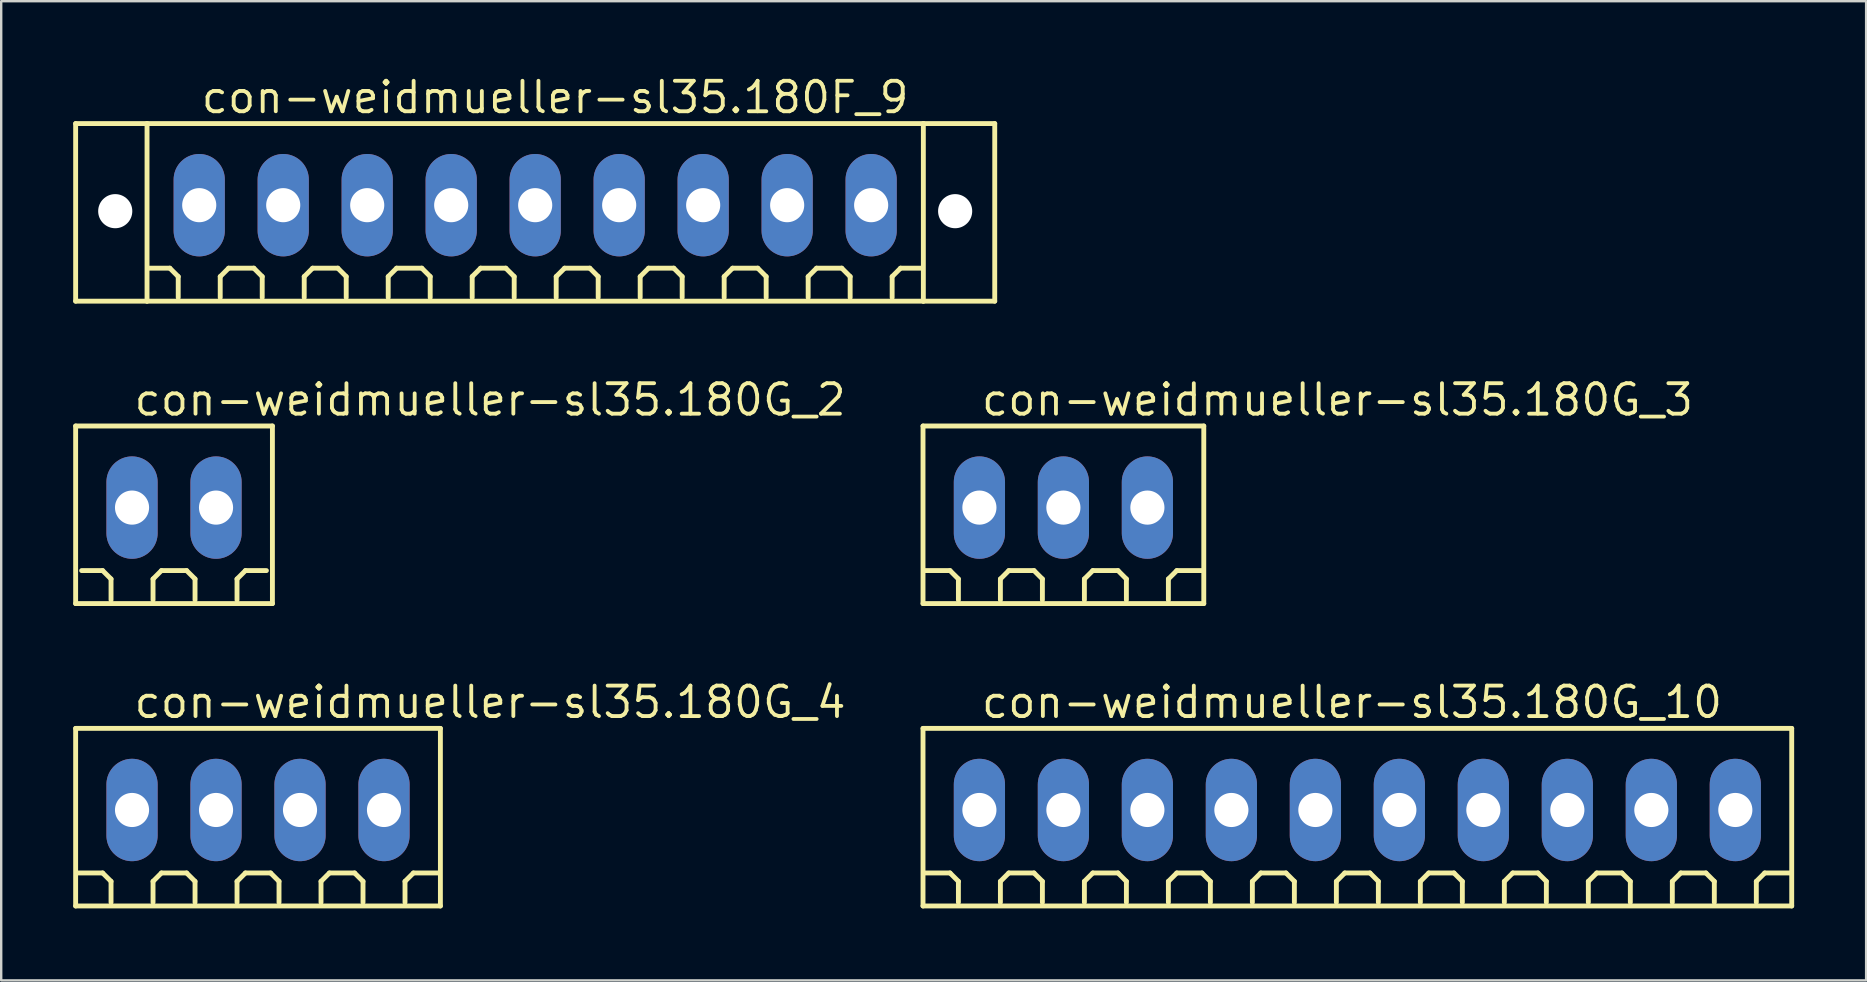
<source format=kicad_pcb>
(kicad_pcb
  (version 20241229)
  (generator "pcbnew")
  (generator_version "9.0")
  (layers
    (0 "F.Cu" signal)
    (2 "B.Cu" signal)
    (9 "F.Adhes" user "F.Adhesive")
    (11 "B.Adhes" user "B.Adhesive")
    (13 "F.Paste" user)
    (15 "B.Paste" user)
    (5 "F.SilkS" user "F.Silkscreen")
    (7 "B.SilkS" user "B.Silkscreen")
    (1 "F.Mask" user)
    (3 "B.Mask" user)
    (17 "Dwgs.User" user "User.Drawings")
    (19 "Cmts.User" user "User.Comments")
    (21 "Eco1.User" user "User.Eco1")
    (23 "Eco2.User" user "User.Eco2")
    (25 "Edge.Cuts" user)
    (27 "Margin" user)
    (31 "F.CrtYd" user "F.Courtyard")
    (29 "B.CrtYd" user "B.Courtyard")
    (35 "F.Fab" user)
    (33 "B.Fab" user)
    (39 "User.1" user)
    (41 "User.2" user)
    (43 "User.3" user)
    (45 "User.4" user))
  (footprint "con-weidmueller-sl35.180G_2"
    (layer "F.Cu")
    (at 4.202 18.102)
    (property "Reference" "con-weidmueller-sl35.180G_2" (at -1.75 -3.75 0) (layer "F.SilkS") (effects (font (size 1.27 1.27) (thickness 0.16)) (justify left bottom)))
    (attr through_hole)
    (fp_line (start -4.1 -3.4) (end 4.1 -3.4) (stroke (width 0.203) (type default)) (layer "F.SilkS"))
    (fp_line (start -4.1 4) (end -4.1 -3.4) (stroke (width 0.203) (type default)) (layer "F.SilkS"))
    (fp_line (start -2.975 2.625) (end -3.85 2.625) (stroke (width 0.203) (type default)) (layer "F.SilkS"))
    (fp_line (start -2.625 2.975) (end -2.975 2.625) (stroke (width 0.203) (type default)) (layer "F.SilkS"))
    (fp_line (start -2.625 3.85) (end -2.625 2.975) (stroke (width 0.203) (type default)) (layer "F.SilkS"))
    (fp_line (start -0.875 2.975) (end -0.525 2.625) (stroke (width 0.203) (type default)) (layer "F.SilkS"))
    (fp_line (start -0.875 3.85) (end -0.875 2.975) (stroke (width 0.203) (type default)) (layer "F.SilkS"))
    (fp_line (start -0.525 2.625) (end 0.525 2.625) (stroke (width 0.203) (type default)) (layer "F.SilkS"))
    (fp_line (start 0.525 2.625) (end 0.875 2.975) (stroke (width 0.203) (type default)) (layer "F.SilkS"))
    (fp_line (start 0.875 2.975) (end 0.875 3.85) (stroke (width 0.203) (type default)) (layer "F.SilkS"))
    (fp_line (start 2.625 2.975) (end 2.975 2.625) (stroke (width 0.203) (type default)) (layer "F.SilkS"))
    (fp_line (start 2.625 3.85) (end 2.625 2.975) (stroke (width 0.203) (type default)) (layer "F.SilkS"))
    (fp_line (start 2.975 2.625) (end 3.85 2.625) (stroke (width 0.203) (type default)) (layer "F.SilkS"))
    (fp_line (start 4.1 -3.4) (end 4.1 4) (stroke (width 0.203) (type default)) (layer "F.SilkS"))
    (fp_line (start 4.1 4) (end -4.1 4) (stroke (width 0.203) (type default)) (layer "F.SilkS"))
    (pad "1" thru_hole oval (at -1.75 0 90) (size 4.267 2.134) (drill 1.422) (layers "*.Cu" "*.Mask"))
    (pad "2" thru_hole oval (at 1.75 0 90) (size 4.267 2.134) (drill 1.422) (layers "*.Cu" "*.Mask")))
  (footprint "con-weidmueller-sl35.180G_4"
    (layer "F.Cu")
    (at 7.702 30.703)
    (property "Reference" "con-weidmueller-sl35.180G_4" (at -5.25 -3.75 0) (layer "F.SilkS") (effects (font (size 1.27 1.27) (thickness 0.16)) (justify left bottom)))
    (attr through_hole)
    (fp_line (start -7.6 -3.4) (end 7.6 -3.4) (stroke (width 0.203) (type default)) (layer "F.SilkS"))
    (fp_line (start -7.6 4) (end -7.6 -3.4) (stroke (width 0.203) (type default)) (layer "F.SilkS"))
    (fp_line (start -6.475 2.625) (end -7.525 2.625) (stroke (width 0.203) (type default)) (layer "F.SilkS"))
    (fp_line (start -6.125 2.975) (end -6.475 2.625) (stroke (width 0.203) (type default)) (layer "F.SilkS"))
    (fp_line (start -6.125 3.85) (end -6.125 2.975) (stroke (width 0.203) (type default)) (layer "F.SilkS"))
    (fp_line (start -4.375 2.975) (end -4.025 2.625) (stroke (width 0.203) (type default)) (layer "F.SilkS"))
    (fp_line (start -4.375 3.85) (end -4.375 2.975) (stroke (width 0.203) (type default)) (layer "F.SilkS"))
    (fp_line (start -4.025 2.625) (end -2.975 2.625) (stroke (width 0.203) (type default)) (layer "F.SilkS"))
    (fp_line (start -2.975 2.625) (end -2.625 2.975) (stroke (width 0.203) (type default)) (layer "F.SilkS"))
    (fp_line (start -2.625 2.975) (end -2.625 3.85) (stroke (width 0.203) (type default)) (layer "F.SilkS"))
    (fp_line (start -0.875 2.975) (end -0.525 2.625) (stroke (width 0.203) (type default)) (layer "F.SilkS"))
    (fp_line (start -0.875 3.85) (end -0.875 2.975) (stroke (width 0.203) (type default)) (layer "F.SilkS"))
    (fp_line (start -0.525 2.625) (end 0.525 2.625) (stroke (width 0.203) (type default)) (layer "F.SilkS"))
    (fp_line (start 0.525 2.625) (end 0.875 2.975) (stroke (width 0.203) (type default)) (layer "F.SilkS"))
    (fp_line (start 0.875 2.975) (end 0.875 3.85) (stroke (width 0.203) (type default)) (layer "F.SilkS"))
    (fp_line (start 2.625 2.975) (end 2.975 2.625) (stroke (width 0.203) (type default)) (layer "F.SilkS"))
    (fp_line (start 2.625 3.85) (end 2.625 2.975) (stroke (width 0.203) (type default)) (layer "F.SilkS"))
    (fp_line (start 2.975 2.625) (end 4.025 2.625) (stroke (width 0.203) (type default)) (layer "F.SilkS"))
    (fp_line (start 4.025 2.625) (end 4.375 2.975) (stroke (width 0.203) (type default)) (layer "F.SilkS"))
    (fp_line (start 4.375 2.975) (end 4.375 3.85) (stroke (width 0.203) (type default)) (layer "F.SilkS"))
    (fp_line (start 6.125 2.975) (end 6.475 2.625) (stroke (width 0.203) (type default)) (layer "F.SilkS"))
    (fp_line (start 6.125 3.85) (end 6.125 2.975) (stroke (width 0.203) (type default)) (layer "F.SilkS"))
    (fp_line (start 6.475 2.625) (end 7.525 2.625) (stroke (width 0.203) (type default)) (layer "F.SilkS"))
    (fp_line (start 7.6 -3.4) (end 7.6 4) (stroke (width 0.203) (type default)) (layer "F.SilkS"))
    (fp_line (start 7.6 4) (end -7.6 4) (stroke (width 0.203) (type default)) (layer "F.SilkS"))
    (pad "1" thru_hole oval (at -5.25 0 90) (size 4.267 2.134) (drill 1.422) (layers "*.Cu" "*.Mask"))
    (pad "2" thru_hole oval (at -1.75 0 90) (size 4.267 2.134) (drill 1.422) (layers "*.Cu" "*.Mask"))
    (pad "3" thru_hole oval (at 1.75 0 90) (size 4.267 2.134) (drill 1.422) (layers "*.Cu" "*.Mask"))
    (pad "4" thru_hole oval (at 5.25 0 90) (size 4.267 2.134) (drill 1.422) (layers "*.Cu" "*.Mask")))
  (footprint "con-weidmueller-sl35.180G_10"
    (layer "F.Cu")
    (at 53.513 30.703)
    (property "Reference" "con-weidmueller-sl35.180G_10" (at -15.75 -3.75 0) (layer "F.SilkS") (effects (font (size 1.27 1.27) (thickness 0.16)) (justify left bottom)))
    (attr through_hole)
    (fp_line (start -18.1 -3.4) (end 18.1 -3.4) (stroke (width 0.203) (type default)) (layer "F.SilkS"))
    (fp_line (start -18.1 4) (end -18.1 -3.4) (stroke (width 0.203) (type default)) (layer "F.SilkS"))
    (fp_line (start -16.975 2.625) (end -18.025 2.625) (stroke (width 0.203) (type default)) (layer "F.SilkS"))
    (fp_line (start -16.625 2.975) (end -16.975 2.625) (stroke (width 0.203) (type default)) (layer "F.SilkS"))
    (fp_line (start -16.625 3.85) (end -16.625 2.975) (stroke (width 0.203) (type default)) (layer "F.SilkS"))
    (fp_line (start -14.875 2.975) (end -14.525 2.625) (stroke (width 0.203) (type default)) (layer "F.SilkS"))
    (fp_line (start -14.875 3.85) (end -14.875 2.975) (stroke (width 0.203) (type default)) (layer "F.SilkS"))
    (fp_line (start -14.525 2.625) (end -13.475 2.625) (stroke (width 0.203) (type default)) (layer "F.SilkS"))
    (fp_line (start -13.475 2.625) (end -13.125 2.975) (stroke (width 0.203) (type default)) (layer "F.SilkS"))
    (fp_line (start -13.125 2.975) (end -13.125 3.85) (stroke (width 0.203) (type default)) (layer "F.SilkS"))
    (fp_line (start -11.375 2.975) (end -11.025 2.625) (stroke (width 0.203) (type default)) (layer "F.SilkS"))
    (fp_line (start -11.375 3.85) (end -11.375 2.975) (stroke (width 0.203) (type default)) (layer "F.SilkS"))
    (fp_line (start -11.025 2.625) (end -9.975 2.625) (stroke (width 0.203) (type default)) (layer "F.SilkS"))
    (fp_line (start -9.975 2.625) (end -9.625 2.975) (stroke (width 0.203) (type default)) (layer "F.SilkS"))
    (fp_line (start -9.625 2.975) (end -9.625 3.85) (stroke (width 0.203) (type default)) (layer "F.SilkS"))
    (fp_line (start -7.875 2.975) (end -7.525 2.625) (stroke (width 0.203) (type default)) (layer "F.SilkS"))
    (fp_line (start -7.875 3.85) (end -7.875 2.975) (stroke (width 0.203) (type default)) (layer "F.SilkS"))
    (fp_line (start -7.525 2.625) (end -6.475 2.625) (stroke (width 0.203) (type default)) (layer "F.SilkS"))
    (fp_line (start -6.475 2.625) (end -6.125 2.975) (stroke (width 0.203) (type default)) (layer "F.SilkS"))
    (fp_line (start -6.125 2.975) (end -6.125 3.85) (stroke (width 0.203) (type default)) (layer "F.SilkS"))
    (fp_line (start -4.375 2.975) (end -4.025 2.625) (stroke (width 0.203) (type default)) (layer "F.SilkS"))
    (fp_line (start -4.375 3.85) (end -4.375 2.975) (stroke (width 0.203) (type default)) (layer "F.SilkS"))
    (fp_line (start -4.025 2.625) (end -2.975 2.625) (stroke (width 0.203) (type default)) (layer "F.SilkS"))
    (fp_line (start -2.975 2.625) (end -2.625 2.975) (stroke (width 0.203) (type default)) (layer "F.SilkS"))
    (fp_line (start -2.625 2.975) (end -2.625 3.85) (stroke (width 0.203) (type default)) (layer "F.SilkS"))
    (fp_line (start -0.875 2.975) (end -0.525 2.625) (stroke (width 0.203) (type default)) (layer "F.SilkS"))
    (fp_line (start -0.875 3.85) (end -0.875 2.975) (stroke (width 0.203) (type default)) (layer "F.SilkS"))
    (fp_line (start -0.525 2.625) (end 0.525 2.625) (stroke (width 0.203) (type default)) (layer "F.SilkS"))
    (fp_line (start 0.525 2.625) (end 0.875 2.975) (stroke (width 0.203) (type default)) (layer "F.SilkS"))
    (fp_line (start 0.875 2.975) (end 0.875 3.85) (stroke (width 0.203) (type default)) (layer "F.SilkS"))
    (fp_line (start 2.625 2.975) (end 2.975 2.625) (stroke (width 0.203) (type default)) (layer "F.SilkS"))
    (fp_line (start 2.625 3.85) (end 2.625 2.975) (stroke (width 0.203) (type default)) (layer "F.SilkS"))
    (fp_line (start 2.975 2.625) (end 4.025 2.625) (stroke (width 0.203) (type default)) (layer "F.SilkS"))
    (fp_line (start 4.025 2.625) (end 4.375 2.975) (stroke (width 0.203) (type default)) (layer "F.SilkS"))
    (fp_line (start 4.375 2.975) (end 4.375 3.85) (stroke (width 0.203) (type default)) (layer "F.SilkS"))
    (fp_line (start 6.125 2.975) (end 6.475 2.625) (stroke (width 0.203) (type default)) (layer "F.SilkS"))
    (fp_line (start 6.125 3.85) (end 6.125 2.975) (stroke (width 0.203) (type default)) (layer "F.SilkS"))
    (fp_line (start 6.475 2.625) (end 7.525 2.625) (stroke (width 0.203) (type default)) (layer "F.SilkS"))
    (fp_line (start 7.525 2.625) (end 7.875 2.975) (stroke (width 0.203) (type default)) (layer "F.SilkS"))
    (fp_line (start 7.875 2.975) (end 7.875 3.85) (stroke (width 0.203) (type default)) (layer "F.SilkS"))
    (fp_line (start 9.625 2.975) (end 9.975 2.625) (stroke (width 0.203) (type default)) (layer "F.SilkS"))
    (fp_line (start 9.625 3.85) (end 9.625 2.975) (stroke (width 0.203) (type default)) (layer "F.SilkS"))
    (fp_line (start 9.975 2.625) (end 11.025 2.625) (stroke (width 0.203) (type default)) (layer "F.SilkS"))
    (fp_line (start 11.025 2.625) (end 11.375 2.975) (stroke (width 0.203) (type default)) (layer "F.SilkS"))
    (fp_line (start 11.375 2.975) (end 11.375 3.85) (stroke (width 0.203) (type default)) (layer "F.SilkS"))
    (fp_line (start 13.125 2.975) (end 13.475 2.625) (stroke (width 0.203) (type default)) (layer "F.SilkS"))
    (fp_line (start 13.125 3.85) (end 13.125 2.975) (stroke (width 0.203) (type default)) (layer "F.SilkS"))
    (fp_line (start 13.475 2.625) (end 14.525 2.625) (stroke (width 0.203) (type default)) (layer "F.SilkS"))
    (fp_line (start 14.525 2.625) (end 14.875 2.975) (stroke (width 0.203) (type default)) (layer "F.SilkS"))
    (fp_line (start 14.875 2.975) (end 14.875 3.85) (stroke (width 0.203) (type default)) (layer "F.SilkS"))
    (fp_line (start 16.625 2.975) (end 16.975 2.625) (stroke (width 0.203) (type default)) (layer "F.SilkS"))
    (fp_line (start 16.625 3.85) (end 16.625 2.975) (stroke (width 0.203) (type default)) (layer "F.SilkS"))
    (fp_line (start 16.975 2.625) (end 18.025 2.625) (stroke (width 0.203) (type default)) (layer "F.SilkS"))
    (fp_line (start 18.1 -3.4) (end 18.1 4) (stroke (width 0.203) (type default)) (layer "F.SilkS"))
    (fp_line (start 18.1 4) (end -18.1 4) (stroke (width 0.203) (type default)) (layer "F.SilkS"))
    (pad "1" thru_hole oval (at -15.75 0 90) (size 4.267 2.134) (drill 1.422) (layers "*.Cu" "*.Mask"))
    (pad "2" thru_hole oval (at -12.25 0 90) (size 4.267 2.134) (drill 1.422) (layers "*.Cu" "*.Mask"))
    (pad "3" thru_hole oval (at -8.75 0 90) (size 4.267 2.134) (drill 1.422) (layers "*.Cu" "*.Mask"))
    (pad "4" thru_hole oval (at -5.25 0 90) (size 4.267 2.134) (drill 1.422) (layers "*.Cu" "*.Mask"))
    (pad "5" thru_hole oval (at -1.75 0 90) (size 4.267 2.134) (drill 1.422) (layers "*.Cu" "*.Mask"))
    (pad "6" thru_hole oval (at 1.75 0 90) (size 4.267 2.134) (drill 1.422) (layers "*.Cu" "*.Mask"))
    (pad "7" thru_hole oval (at 5.25 0 90) (size 4.267 2.134) (drill 1.422) (layers "*.Cu" "*.Mask"))
    (pad "8" thru_hole oval (at 8.75 0 90) (size 4.267 2.134) (drill 1.422) (layers "*.Cu" "*.Mask"))
    (pad "9" thru_hole oval (at 12.25 0 90) (size 4.267 2.134) (drill 1.422) (layers "*.Cu" "*.Mask"))
    (pad "10" thru_hole oval (at 15.75 0 90) (size 4.267 2.134) (drill 1.422) (layers "*.Cu" "*.Mask")))
  (footprint "con-weidmueller-sl35.180F_9"
    (layer "F.Cu")
    (at 19.252 5.5)
    (property "Reference" "con-weidmueller-sl35.180F_9" (at -14 -3.75 0) (layer "F.SilkS") (effects (font (size 1.27 1.27) (thickness 0.16)) (justify left bottom)))
    (attr through_hole)
    (fp_line (start -19.15 -3.4) (end -16.175 -3.4) (stroke (width 0.203) (type default)) (layer "F.SilkS"))
    (fp_line (start -19.15 4) (end -19.15 -3.4) (stroke (width 0.203) (type default)) (layer "F.SilkS"))
    (fp_line (start -16.175 -3.4) (end 16.175 -3.4) (stroke (width 0.203) (type default)) (layer "F.SilkS"))
    (fp_line (start -16.175 4) (end -19.15 4) (stroke (width 0.203) (type default)) (layer "F.SilkS"))
    (fp_line (start -16.175 4) (end -16.175 -3.4) (stroke (width 0.203) (type default)) (layer "F.SilkS"))
    (fp_line (start -15.225 2.625) (end -16.1 2.625) (stroke (width 0.203) (type default)) (layer "F.SilkS"))
    (fp_line (start -14.875 2.975) (end -15.225 2.625) (stroke (width 0.203) (type default)) (layer "F.SilkS"))
    (fp_line (start -14.875 3.85) (end -14.875 2.975) (stroke (width 0.203) (type default)) (layer "F.SilkS"))
    (fp_line (start -13.125 2.975) (end -12.775 2.625) (stroke (width 0.203) (type default)) (layer "F.SilkS"))
    (fp_line (start -13.125 3.85) (end -13.125 2.975) (stroke (width 0.203) (type default)) (layer "F.SilkS"))
    (fp_line (start -12.775 2.625) (end -11.725 2.625) (stroke (width 0.203) (type default)) (layer "F.SilkS"))
    (fp_line (start -11.725 2.625) (end -11.375 2.975) (stroke (width 0.203) (type default)) (layer "F.SilkS"))
    (fp_line (start -11.375 2.975) (end -11.375 3.85) (stroke (width 0.203) (type default)) (layer "F.SilkS"))
    (fp_line (start -9.625 2.975) (end -9.275 2.625) (stroke (width 0.203) (type default)) (layer "F.SilkS"))
    (fp_line (start -9.625 3.85) (end -9.625 2.975) (stroke (width 0.203) (type default)) (layer "F.SilkS"))
    (fp_line (start -9.275 2.625) (end -8.225 2.625) (stroke (width 0.203) (type default)) (layer "F.SilkS"))
    (fp_line (start -8.225 2.625) (end -7.875 2.975) (stroke (width 0.203) (type default)) (layer "F.SilkS"))
    (fp_line (start -7.875 2.975) (end -7.875 3.85) (stroke (width 0.203) (type default)) (layer "F.SilkS"))
    (fp_line (start -6.125 2.975) (end -5.775 2.625) (stroke (width 0.203) (type default)) (layer "F.SilkS"))
    (fp_line (start -6.125 3.85) (end -6.125 2.975) (stroke (width 0.203) (type default)) (layer "F.SilkS"))
    (fp_line (start -5.775 2.625) (end -4.725 2.625) (stroke (width 0.203) (type default)) (layer "F.SilkS"))
    (fp_line (start -4.725 2.625) (end -4.375 2.975) (stroke (width 0.203) (type default)) (layer "F.SilkS"))
    (fp_line (start -4.375 2.975) (end -4.375 3.85) (stroke (width 0.203) (type default)) (layer "F.SilkS"))
    (fp_line (start -2.625 2.975) (end -2.275 2.625) (stroke (width 0.203) (type default)) (layer "F.SilkS"))
    (fp_line (start -2.625 3.85) (end -2.625 2.975) (stroke (width 0.203) (type default)) (layer "F.SilkS"))
    (fp_line (start -2.275 2.625) (end -1.225 2.625) (stroke (width 0.203) (type default)) (layer "F.SilkS"))
    (fp_line (start -1.225 2.625) (end -0.875 2.975) (stroke (width 0.203) (type default)) (layer "F.SilkS"))
    (fp_line (start -0.875 2.975) (end -0.875 3.85) (stroke (width 0.203) (type default)) (layer "F.SilkS"))
    (fp_line (start 0.875 2.975) (end 1.225 2.625) (stroke (width 0.203) (type default)) (layer "F.SilkS"))
    (fp_line (start 0.875 3.85) (end 0.875 2.975) (stroke (width 0.203) (type default)) (layer "F.SilkS"))
    (fp_line (start 1.225 2.625) (end 2.275 2.625) (stroke (width 0.203) (type default)) (layer "F.SilkS"))
    (fp_line (start 2.275 2.625) (end 2.625 2.975) (stroke (width 0.203) (type default)) (layer "F.SilkS"))
    (fp_line (start 2.625 2.975) (end 2.625 3.85) (stroke (width 0.203) (type default)) (layer "F.SilkS"))
    (fp_line (start 4.375 2.975) (end 4.725 2.625) (stroke (width 0.203) (type default)) (layer "F.SilkS"))
    (fp_line (start 4.375 3.85) (end 4.375 2.975) (stroke (width 0.203) (type default)) (layer "F.SilkS"))
    (fp_line (start 4.725 2.625) (end 5.775 2.625) (stroke (width 0.203) (type default)) (layer "F.SilkS"))
    (fp_line (start 5.775 2.625) (end 6.125 2.975) (stroke (width 0.203) (type default)) (layer "F.SilkS"))
    (fp_line (start 6.125 2.975) (end 6.125 3.85) (stroke (width 0.203) (type default)) (layer "F.SilkS"))
    (fp_line (start 7.875 2.975) (end 8.225 2.625) (stroke (width 0.203) (type default)) (layer "F.SilkS"))
    (fp_line (start 7.875 3.85) (end 7.875 2.975) (stroke (width 0.203) (type default)) (layer "F.SilkS"))
    (fp_line (start 8.225 2.625) (end 9.275 2.625) (stroke (width 0.203) (type default)) (layer "F.SilkS"))
    (fp_line (start 9.275 2.625) (end 9.625 2.975) (stroke (width 0.203) (type default)) (layer "F.SilkS"))
    (fp_line (start 9.625 2.975) (end 9.625 3.85) (stroke (width 0.203) (type default)) (layer "F.SilkS"))
    (fp_line (start 11.375 2.975) (end 11.725 2.625) (stroke (width 0.203) (type default)) (layer "F.SilkS"))
    (fp_line (start 11.375 3.85) (end 11.375 2.975) (stroke (width 0.203) (type default)) (layer "F.SilkS"))
    (fp_line (start 11.725 2.625) (end 12.775 2.625) (stroke (width 0.203) (type default)) (layer "F.SilkS"))
    (fp_line (start 12.775 2.625) (end 13.125 2.975) (stroke (width 0.203) (type default)) (layer "F.SilkS"))
    (fp_line (start 13.125 2.975) (end 13.125 3.85) (stroke (width 0.203) (type default)) (layer "F.SilkS"))
    (fp_line (start 14.875 2.975) (end 15.225 2.625) (stroke (width 0.203) (type default)) (layer "F.SilkS"))
    (fp_line (start 14.875 3.85) (end 14.875 2.975) (stroke (width 0.203) (type default)) (layer "F.SilkS"))
    (fp_line (start 15.225 2.625) (end 16.1 2.625) (stroke (width 0.203) (type default)) (layer "F.SilkS"))
    (fp_line (start 16.175 -3.4) (end 16.175 4) (stroke (width 0.203) (type default)) (layer "F.SilkS"))
    (fp_line (start 16.175 -3.4) (end 19.15 -3.4) (stroke (width 0.203) (type default)) (layer "F.SilkS"))
    (fp_line (start 16.175 4) (end -16.175 4) (stroke (width 0.203) (type default)) (layer "F.SilkS"))
    (fp_line (start 19.15 -3.4) (end 19.15 4) (stroke (width 0.203) (type default)) (layer "F.SilkS"))
    (fp_line (start 19.15 4) (end 16.175 4) (stroke (width 0.203) (type default)) (layer "F.SilkS"))
    (pad "" np_thru_hole circle (at -17.5 0.25) (size 1.422 1.422) (drill 1.422) (layers "*.Cu" "*.Mask"))
    (pad "" np_thru_hole circle (at 17.5 0.25) (size 1.422 1.422) (drill 1.422) (layers "*.Cu" "*.Mask"))
    (pad "1" thru_hole oval (at -14 0 90) (size 4.267 2.134) (drill 1.422) (layers "*.Cu" "*.Mask"))
    (pad "2" thru_hole oval (at -10.5 0 90) (size 4.267 2.134) (drill 1.422) (layers "*.Cu" "*.Mask"))
    (pad "3" thru_hole oval (at -7 0 90) (size 4.267 2.134) (drill 1.422) (layers "*.Cu" "*.Mask"))
    (pad "4" thru_hole oval (at -3.5 0 90) (size 4.267 2.134) (drill 1.422) (layers "*.Cu" "*.Mask"))
    (pad "5" thru_hole oval (at 0 0 90) (size 4.267 2.134) (drill 1.422) (layers "*.Cu" "*.Mask"))
    (pad "6" thru_hole oval (at 3.5 0 90) (size 4.267 2.134) (drill 1.422) (layers "*.Cu" "*.Mask"))
    (pad "7" thru_hole oval (at 7 0 90) (size 4.267 2.134) (drill 1.422) (layers "*.Cu" "*.Mask"))
    (pad "8" thru_hole oval (at 10.5 0 90) (size 4.267 2.134) (drill 1.422) (layers "*.Cu" "*.Mask"))
    (pad "9" thru_hole oval (at 14 0 90) (size 4.267 2.134) (drill 1.422) (layers "*.Cu" "*.Mask")))
  (footprint "con-weidmueller-sl35.180G_3"
    (layer "F.Cu")
    (at 41.263 18.102)
    (property "Reference" "con-weidmueller-sl35.180G_3" (at -3.5 -3.75 0) (layer "F.SilkS") (effects (font (size 1.27 1.27) (thickness 0.16)) (justify left bottom)))
    (attr through_hole)
    (fp_line (start -5.85 -3.4) (end 5.85 -3.4) (stroke (width 0.203) (type default)) (layer "F.SilkS"))
    (fp_line (start -5.85 4) (end -5.85 -3.4) (stroke (width 0.203) (type default)) (layer "F.SilkS"))
    (fp_line (start -4.725 2.625) (end -5.775 2.625) (stroke (width 0.203) (type default)) (layer "F.SilkS"))
    (fp_line (start -4.375 2.975) (end -4.725 2.625) (stroke (width 0.203) (type default)) (layer "F.SilkS"))
    (fp_line (start -4.375 3.85) (end -4.375 2.975) (stroke (width 0.203) (type default)) (layer "F.SilkS"))
    (fp_line (start -2.625 2.975) (end -2.275 2.625) (stroke (width 0.203) (type default)) (layer "F.SilkS"))
    (fp_line (start -2.625 3.85) (end -2.625 2.975) (stroke (width 0.203) (type default)) (layer "F.SilkS"))
    (fp_line (start -2.275 2.625) (end -1.225 2.625) (stroke (width 0.203) (type default)) (layer "F.SilkS"))
    (fp_line (start -1.225 2.625) (end -0.875 2.975) (stroke (width 0.203) (type default)) (layer "F.SilkS"))
    (fp_line (start -0.875 2.975) (end -0.875 3.85) (stroke (width 0.203) (type default)) (layer "F.SilkS"))
    (fp_line (start 0.875 2.975) (end 1.225 2.625) (stroke (width 0.203) (type default)) (layer "F.SilkS"))
    (fp_line (start 0.875 3.85) (end 0.875 2.975) (stroke (width 0.203) (type default)) (layer "F.SilkS"))
    (fp_line (start 1.225 2.625) (end 2.275 2.625) (stroke (width 0.203) (type default)) (layer "F.SilkS"))
    (fp_line (start 2.275 2.625) (end 2.625 2.975) (stroke (width 0.203) (type default)) (layer "F.SilkS"))
    (fp_line (start 2.625 2.975) (end 2.625 3.85) (stroke (width 0.203) (type default)) (layer "F.SilkS"))
    (fp_line (start 4.375 2.975) (end 4.725 2.625) (stroke (width 0.203) (type default)) (layer "F.SilkS"))
    (fp_line (start 4.375 3.85) (end 4.375 2.975) (stroke (width 0.203) (type default)) (layer "F.SilkS"))
    (fp_line (start 5.775 2.625) (end 4.725 2.625) (stroke (width 0.203) (type default)) (layer "F.SilkS"))
    (fp_line (start 5.85 -3.4) (end 5.85 4) (stroke (width 0.203) (type default)) (layer "F.SilkS"))
    (fp_line (start 5.85 4) (end -5.85 4) (stroke (width 0.203) (type default)) (layer "F.SilkS"))
    (pad "1" thru_hole oval (at -3.5 0 90) (size 4.267 2.134) (drill 1.422) (layers "*.Cu" "*.Mask"))
    (pad "2" thru_hole oval (at 0 0 90) (size 4.267 2.134) (drill 1.422) (layers "*.Cu" "*.Mask"))
    (pad "3" thru_hole oval (at 3.5 0 90) (size 4.267 2.134) (drill 1.422) (layers "*.Cu" "*.Mask")))
  (gr_rect
    (start -3 -3)
    (end 74.714 37.805)
    (stroke (width 0.1) (type default))
    (fill no)
    (layer "Edge.Cuts")))
</source>
